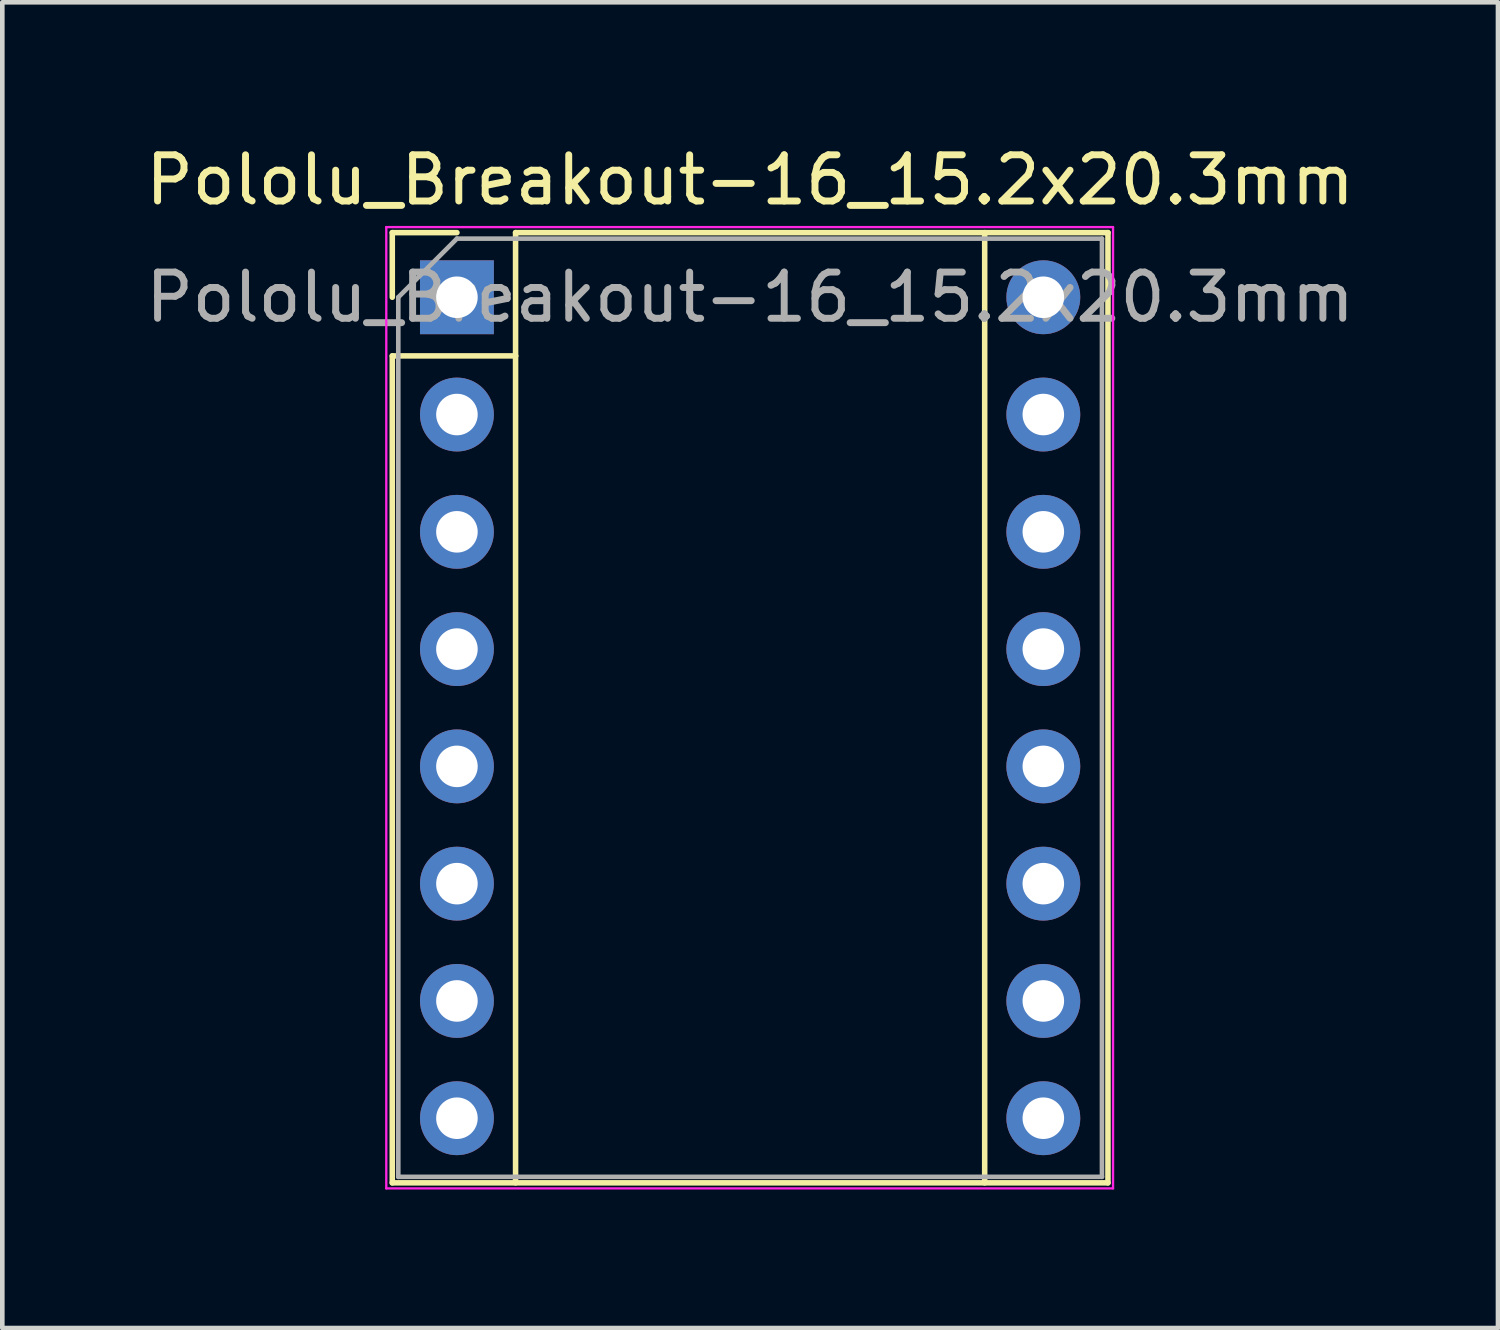
<source format=kicad_pcb>
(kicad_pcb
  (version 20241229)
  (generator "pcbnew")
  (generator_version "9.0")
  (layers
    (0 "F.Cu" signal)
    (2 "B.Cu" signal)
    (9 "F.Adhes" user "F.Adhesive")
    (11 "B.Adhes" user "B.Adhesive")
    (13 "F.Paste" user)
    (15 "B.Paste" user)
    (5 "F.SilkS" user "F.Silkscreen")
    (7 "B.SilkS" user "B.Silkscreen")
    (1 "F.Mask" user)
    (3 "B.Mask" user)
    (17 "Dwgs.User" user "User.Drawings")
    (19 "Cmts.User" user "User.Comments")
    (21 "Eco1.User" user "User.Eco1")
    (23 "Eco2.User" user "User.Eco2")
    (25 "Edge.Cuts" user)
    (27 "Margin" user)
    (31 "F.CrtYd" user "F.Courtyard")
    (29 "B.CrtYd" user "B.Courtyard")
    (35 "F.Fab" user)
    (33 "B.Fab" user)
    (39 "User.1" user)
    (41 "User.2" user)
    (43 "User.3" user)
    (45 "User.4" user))
  (footprint "Pololu_Breakout-16_15.2x20.3mm"
    (layer "F.Cu")
    (at 6.846 3.388)
    (property "Reference" "Pololu_Breakout-16_15.2x20.3mm" (at 6.35 -2.54 0) (layer "F.SilkS") (effects (font (size 1 1) (thickness 0.15))))
    (attr through_hole)
    (fp_line (start -1.4 -1.4) (end -1.4 0) (stroke (width 0.12) (type solid)) (layer "F.SilkS"))
    (fp_line (start -1.4 1.27) (end -1.4 19.18) (stroke (width 0.12) (type solid)) (layer "F.SilkS"))
    (fp_line (start -1.4 19.18) (end 14.1 19.18) (stroke (width 0.12) (type solid)) (layer "F.SilkS"))
    (fp_line (start 0 -1.4) (end -1.4 -1.4) (stroke (width 0.12) (type solid)) (layer "F.SilkS"))
    (fp_line (start 1.27 -1.4) (end 1.27 1.27) (stroke (width 0.12) (type solid)) (layer "F.SilkS"))
    (fp_line (start 1.27 1.27) (end -1.4 1.27) (stroke (width 0.12) (type solid)) (layer "F.SilkS"))
    (fp_line (start 1.27 1.27) (end 1.27 19.18) (stroke (width 0.12) (type solid)) (layer "F.SilkS"))
    (fp_line (start 11.43 -1.4) (end 11.43 19.18) (stroke (width 0.12) (type solid)) (layer "F.SilkS"))
    (fp_line (start 14.1 -1.4) (end 1.27 -1.4) (stroke (width 0.12) (type solid)) (layer "F.SilkS"))
    (fp_line (start 14.1 19.18) (end 14.1 -1.4) (stroke (width 0.12) (type solid)) (layer "F.SilkS"))
    (fp_line (start -1.53 -1.52) (end -1.53 19.3) (stroke (width 0.05) (type solid)) (layer "F.CrtYd"))
    (fp_line (start -1.53 -1.52) (end 14.21 -1.52) (stroke (width 0.05) (type solid)) (layer "F.CrtYd"))
    (fp_line (start 14.21 19.3) (end -1.53 19.3) (stroke (width 0.05) (type solid)) (layer "F.CrtYd"))
    (fp_line (start 14.21 19.3) (end 14.21 -1.52) (stroke (width 0.05) (type solid)) (layer "F.CrtYd"))
    (fp_line (start -1.27 0) (end 0 -1.27) (stroke (width 0.1) (type solid)) (layer "F.Fab"))
    (fp_line (start -1.27 19.05) (end -1.27 0) (stroke (width 0.1) (type solid)) (layer "F.Fab"))
    (fp_line (start 0 -1.27) (end 13.97 -1.27) (stroke (width 0.1) (type solid)) (layer "F.Fab"))
    (fp_line (start 13.97 -1.27) (end 13.97 19.05) (stroke (width 0.1) (type solid)) (layer "F.Fab"))
    (fp_line (start 13.97 19.05) (end -1.27 19.05) (stroke (width 0.1) (type solid)) (layer "F.Fab"))
    (fp_text user "${REFERENCE}" (at 6.35 0 0) (layer "F.Fab") (effects (font (size 1 1) (thickness 0.15))))
    (pad "1" thru_hole rect (at 0 0) (size 1.6 1.6) (drill 0.9) (layers "*.Cu" "*.Mask"))
    (pad "2" thru_hole oval (at 0 2.54) (size 1.6 1.6) (drill 0.9) (layers "*.Cu" "*.Mask"))
    (pad "3" thru_hole oval (at 0 5.08) (size 1.6 1.6) (drill 0.9) (layers "*.Cu" "*.Mask"))
    (pad "4" thru_hole oval (at 0 7.62) (size 1.6 1.6) (drill 0.9) (layers "*.Cu" "*.Mask"))
    (pad "5" thru_hole oval (at 0 10.16) (size 1.6 1.6) (drill 0.9) (layers "*.Cu" "*.Mask"))
    (pad "6" thru_hole oval (at 0 12.7) (size 1.6 1.6) (drill 0.9) (layers "*.Cu" "*.Mask"))
    (pad "7" thru_hole oval (at 0 15.24) (size 1.6 1.6) (drill 0.9) (layers "*.Cu" "*.Mask"))
    (pad "8" thru_hole oval (at 0 17.78) (size 1.6 1.6) (drill 0.9) (layers "*.Cu" "*.Mask"))
    (pad "9" thru_hole oval (at 12.7 17.78) (size 1.6 1.6) (drill 0.9) (layers "*.Cu" "*.Mask"))
    (pad "10" thru_hole oval (at 12.7 15.24) (size 1.6 1.6) (drill 0.9) (layers "*.Cu" "*.Mask"))
    (pad "11" thru_hole oval (at 12.7 12.7) (size 1.6 1.6) (drill 0.9) (layers "*.Cu" "*.Mask"))
    (pad "12" thru_hole oval (at 12.7 10.16) (size 1.6 1.6) (drill 0.9) (layers "*.Cu" "*.Mask"))
    (pad "13" thru_hole oval (at 12.7 7.62) (size 1.6 1.6) (drill 0.9) (layers "*.Cu" "*.Mask"))
    (pad "14" thru_hole oval (at 12.7 5.08) (size 1.6 1.6) (drill 0.9) (layers "*.Cu" "*.Mask"))
    (pad "15" thru_hole oval (at 12.7 2.54) (size 1.6 1.6) (drill 0.9) (layers "*.Cu" "*.Mask"))
    (pad "16" thru_hole oval (at 12.7 0) (size 1.6 1.6) (drill 0.9) (layers "*.Cu" "*.Mask")))
  (gr_rect
    (start -3 -3)
    (end 29.393 25.713)
    (stroke (width 0.1) (type default))
    (fill no)
    (layer "Edge.Cuts")))
</source>
